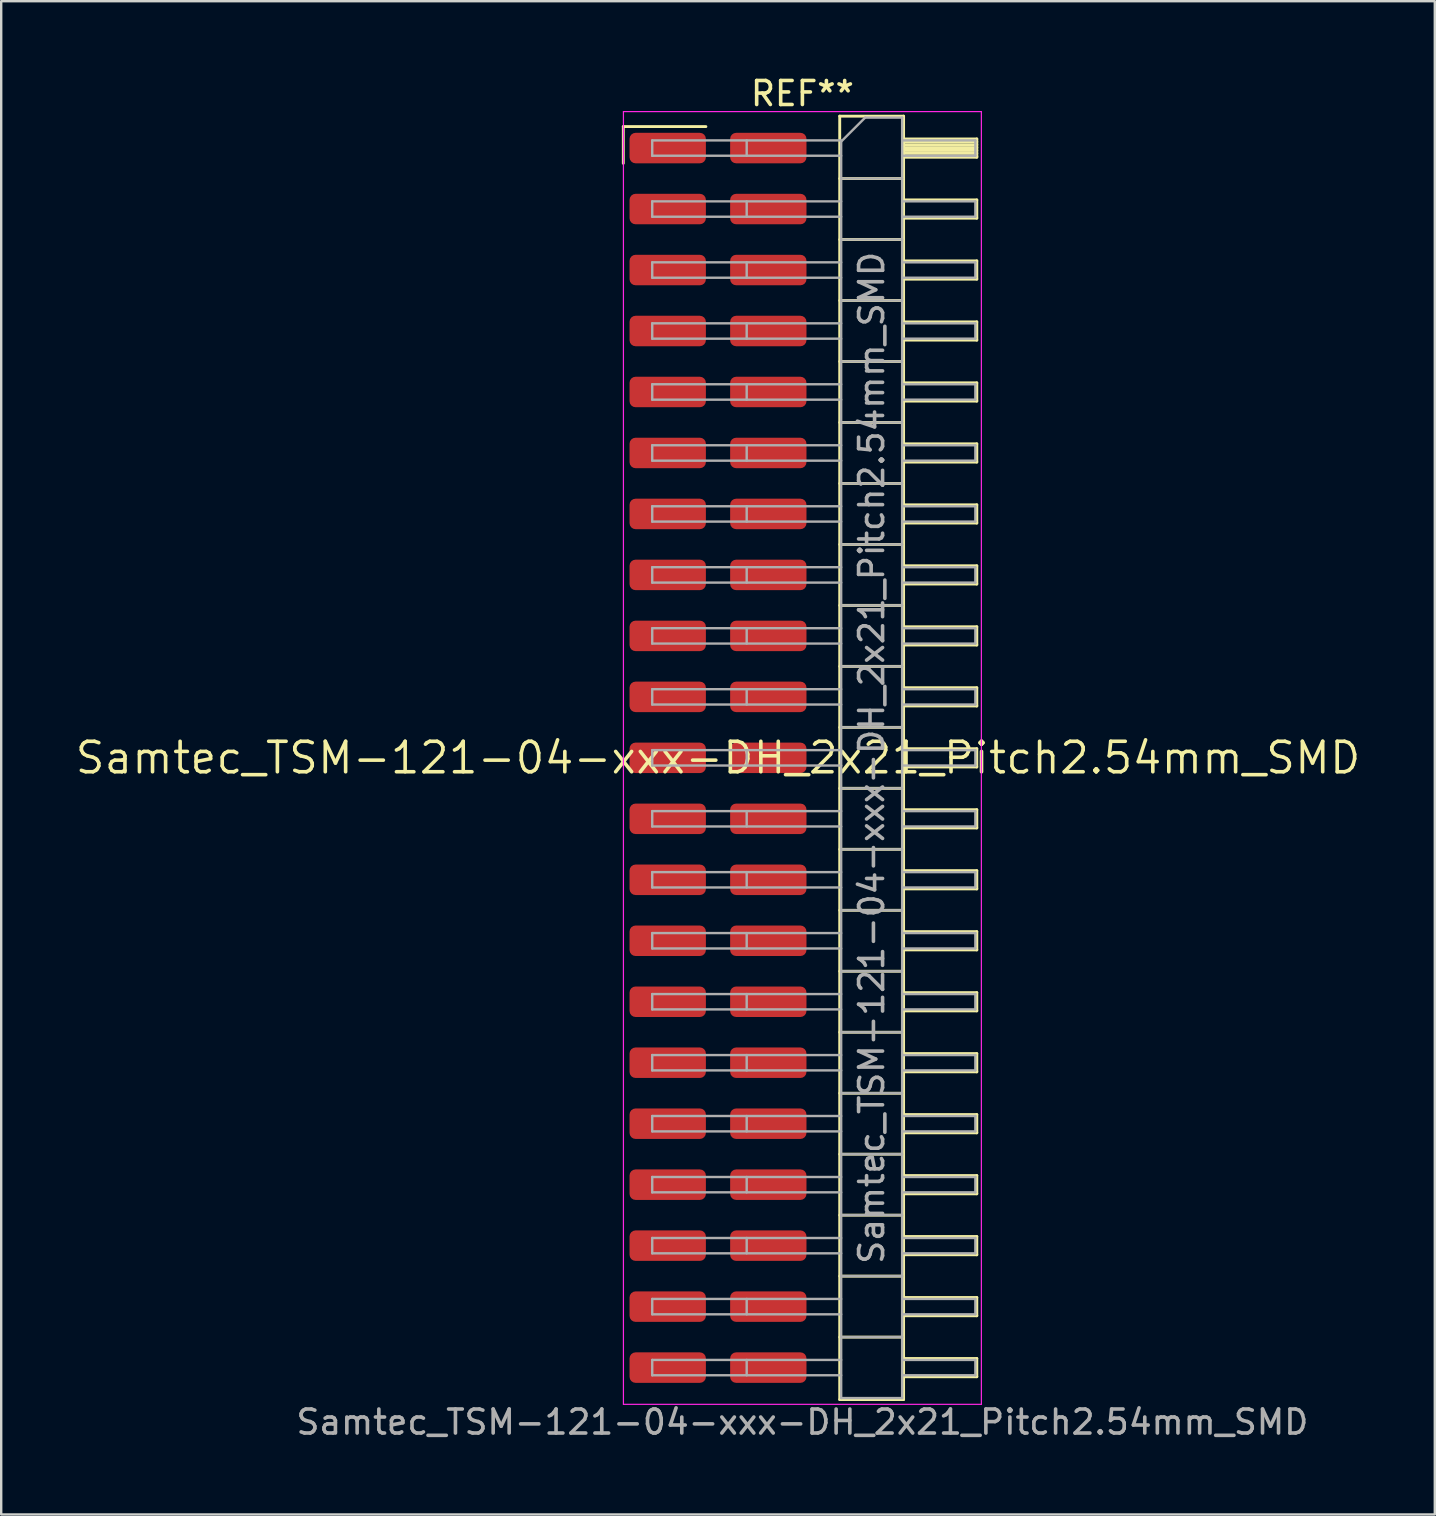
<source format=kicad_pcb>
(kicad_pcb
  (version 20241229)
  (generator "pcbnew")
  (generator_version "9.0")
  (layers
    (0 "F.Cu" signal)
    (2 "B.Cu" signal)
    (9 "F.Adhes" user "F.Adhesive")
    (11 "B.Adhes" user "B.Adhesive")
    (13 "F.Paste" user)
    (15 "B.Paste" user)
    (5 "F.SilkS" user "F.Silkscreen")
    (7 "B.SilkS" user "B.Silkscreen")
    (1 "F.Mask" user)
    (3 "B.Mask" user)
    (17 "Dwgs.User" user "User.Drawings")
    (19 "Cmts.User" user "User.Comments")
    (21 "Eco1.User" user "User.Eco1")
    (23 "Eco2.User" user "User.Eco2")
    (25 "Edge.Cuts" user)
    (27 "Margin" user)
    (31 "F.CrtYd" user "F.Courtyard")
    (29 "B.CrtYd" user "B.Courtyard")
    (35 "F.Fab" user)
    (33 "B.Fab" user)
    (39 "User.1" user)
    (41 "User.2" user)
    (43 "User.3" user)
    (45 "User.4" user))
  (footprint "Samtec_TSM-121-04-xxx-DH_2x21_Pitch2.54mm_SMD"
    (layer "F.Cu")
    (at 26.859 28.518)
    (property "Reference" "Samtec_TSM-121-04-xxx-DH_2x21_Pitch2.54mm_SMD" (at 0 0 0) (layer "F.SilkS") (effects (font (size 1.27 1.27) (thickness 0.15))))
    (attr smd)
    (fp_line (start -3.945 -26.295) (end -0.505 -26.295) (stroke (width 0.12) (type solid)) (layer "F.SilkS"))
    (fp_line (start -3.945 -24.765) (end -3.945 -26.295) (stroke (width 0.12) (type solid)) (layer "F.SilkS"))
    (fp_line (start 5.07 -26.73) (end 7.73 -26.73) (stroke (width 0.12) (type solid)) (layer "F.SilkS"))
    (fp_line (start 5.07 -24.13) (end 7.73 -24.13) (stroke (width 0.12) (type solid)) (layer "F.SilkS"))
    (fp_line (start 5.07 -21.59) (end 7.73 -21.59) (stroke (width 0.12) (type solid)) (layer "F.SilkS"))
    (fp_line (start 5.07 -19.05) (end 7.73 -19.05) (stroke (width 0.12) (type solid)) (layer "F.SilkS"))
    (fp_line (start 5.07 -16.51) (end 7.73 -16.51) (stroke (width 0.12) (type solid)) (layer "F.SilkS"))
    (fp_line (start 5.07 -13.97) (end 7.73 -13.97) (stroke (width 0.12) (type solid)) (layer "F.SilkS"))
    (fp_line (start 5.07 -11.43) (end 7.73 -11.43) (stroke (width 0.12) (type solid)) (layer "F.SilkS"))
    (fp_line (start 5.07 -8.89) (end 7.73 -8.89) (stroke (width 0.12) (type solid)) (layer "F.SilkS"))
    (fp_line (start 5.07 -6.35) (end 7.73 -6.35) (stroke (width 0.12) (type solid)) (layer "F.SilkS"))
    (fp_line (start 5.07 -3.81) (end 7.73 -3.81) (stroke (width 0.12) (type solid)) (layer "F.SilkS"))
    (fp_line (start 5.07 -1.27) (end 7.73 -1.27) (stroke (width 0.12) (type solid)) (layer "F.SilkS"))
    (fp_line (start 5.07 1.27) (end 7.73 1.27) (stroke (width 0.12) (type solid)) (layer "F.SilkS"))
    (fp_line (start 5.07 3.81) (end 7.73 3.81) (stroke (width 0.12) (type solid)) (layer "F.SilkS"))
    (fp_line (start 5.07 6.35) (end 7.73 6.35) (stroke (width 0.12) (type solid)) (layer "F.SilkS"))
    (fp_line (start 5.07 8.89) (end 7.73 8.89) (stroke (width 0.12) (type solid)) (layer "F.SilkS"))
    (fp_line (start 5.07 11.43) (end 7.73 11.43) (stroke (width 0.12) (type solid)) (layer "F.SilkS"))
    (fp_line (start 5.07 13.97) (end 7.73 13.97) (stroke (width 0.12) (type solid)) (layer "F.SilkS"))
    (fp_line (start 5.07 16.51) (end 7.73 16.51) (stroke (width 0.12) (type solid)) (layer "F.SilkS"))
    (fp_line (start 5.07 19.05) (end 7.73 19.05) (stroke (width 0.12) (type solid)) (layer "F.SilkS"))
    (fp_line (start 5.07 21.59) (end 7.73 21.59) (stroke (width 0.12) (type solid)) (layer "F.SilkS"))
    (fp_line (start 5.07 24.13) (end 7.73 24.13) (stroke (width 0.12) (type solid)) (layer "F.SilkS"))
    (fp_line (start 5.07 26.73) (end 5.07 -26.73) (stroke (width 0.12) (type solid)) (layer "F.SilkS"))
    (fp_line (start 7.73 -26.73) (end 7.73 26.73) (stroke (width 0.12) (type solid)) (layer "F.SilkS"))
    (fp_line (start 7.73 -25.78) (end 10.78 -25.78) (stroke (width 0.12) (type solid)) (layer "F.SilkS"))
    (fp_line (start 7.73 -25.66) (end 10.78 -25.66) (stroke (width 0.12) (type solid)) (layer "F.SilkS"))
    (fp_line (start 7.73 -25.54) (end 10.78 -25.54) (stroke (width 0.12) (type solid)) (layer "F.SilkS"))
    (fp_line (start 7.73 -25.42) (end 10.78 -25.42) (stroke (width 0.12) (type solid)) (layer "F.SilkS"))
    (fp_line (start 7.73 -25.3) (end 10.78 -25.3) (stroke (width 0.12) (type solid)) (layer "F.SilkS"))
    (fp_line (start 7.73 -25.18) (end 10.78 -25.18) (stroke (width 0.12) (type solid)) (layer "F.SilkS"))
    (fp_line (start 7.73 -25.06) (end 10.78 -25.06) (stroke (width 0.12) (type solid)) (layer "F.SilkS"))
    (fp_line (start 7.73 -25.02) (end 10.78 -25.02) (stroke (width 0.12) (type solid)) (layer "F.SilkS"))
    (fp_line (start 7.73 -23.24) (end 10.78 -23.24) (stroke (width 0.12) (type solid)) (layer "F.SilkS"))
    (fp_line (start 7.73 -22.48) (end 10.78 -22.48) (stroke (width 0.12) (type solid)) (layer "F.SilkS"))
    (fp_line (start 7.73 -20.7) (end 10.78 -20.7) (stroke (width 0.12) (type solid)) (layer "F.SilkS"))
    (fp_line (start 7.73 -19.94) (end 10.78 -19.94) (stroke (width 0.12) (type solid)) (layer "F.SilkS"))
    (fp_line (start 7.73 -18.16) (end 10.78 -18.16) (stroke (width 0.12) (type solid)) (layer "F.SilkS"))
    (fp_line (start 7.73 -17.4) (end 10.78 -17.4) (stroke (width 0.12) (type solid)) (layer "F.SilkS"))
    (fp_line (start 7.73 -15.62) (end 10.78 -15.62) (stroke (width 0.12) (type solid)) (layer "F.SilkS"))
    (fp_line (start 7.73 -14.86) (end 10.78 -14.86) (stroke (width 0.12) (type solid)) (layer "F.SilkS"))
    (fp_line (start 7.73 -13.08) (end 10.78 -13.08) (stroke (width 0.12) (type solid)) (layer "F.SilkS"))
    (fp_line (start 7.73 -12.32) (end 10.78 -12.32) (stroke (width 0.12) (type solid)) (layer "F.SilkS"))
    (fp_line (start 7.73 -10.54) (end 10.78 -10.54) (stroke (width 0.12) (type solid)) (layer "F.SilkS"))
    (fp_line (start 7.73 -9.78) (end 10.78 -9.78) (stroke (width 0.12) (type solid)) (layer "F.SilkS"))
    (fp_line (start 7.73 -8) (end 10.78 -8) (stroke (width 0.12) (type solid)) (layer "F.SilkS"))
    (fp_line (start 7.73 -7.24) (end 10.78 -7.24) (stroke (width 0.12) (type solid)) (layer "F.SilkS"))
    (fp_line (start 7.73 -5.46) (end 10.78 -5.46) (stroke (width 0.12) (type solid)) (layer "F.SilkS"))
    (fp_line (start 7.73 -4.7) (end 10.78 -4.7) (stroke (width 0.12) (type solid)) (layer "F.SilkS"))
    (fp_line (start 7.73 -2.92) (end 10.78 -2.92) (stroke (width 0.12) (type solid)) (layer "F.SilkS"))
    (fp_line (start 7.73 -2.16) (end 10.78 -2.16) (stroke (width 0.12) (type solid)) (layer "F.SilkS"))
    (fp_line (start 7.73 -0.38) (end 10.78 -0.38) (stroke (width 0.12) (type solid)) (layer "F.SilkS"))
    (fp_line (start 7.73 0.38) (end 10.78 0.38) (stroke (width 0.12) (type solid)) (layer "F.SilkS"))
    (fp_line (start 7.73 2.16) (end 10.78 2.16) (stroke (width 0.12) (type solid)) (layer "F.SilkS"))
    (fp_line (start 7.73 2.92) (end 10.78 2.92) (stroke (width 0.12) (type solid)) (layer "F.SilkS"))
    (fp_line (start 7.73 4.7) (end 10.78 4.7) (stroke (width 0.12) (type solid)) (layer "F.SilkS"))
    (fp_line (start 7.73 5.46) (end 10.78 5.46) (stroke (width 0.12) (type solid)) (layer "F.SilkS"))
    (fp_line (start 7.73 7.24) (end 10.78 7.24) (stroke (width 0.12) (type solid)) (layer "F.SilkS"))
    (fp_line (start 7.73 8) (end 10.78 8) (stroke (width 0.12) (type solid)) (layer "F.SilkS"))
    (fp_line (start 7.73 9.78) (end 10.78 9.78) (stroke (width 0.12) (type solid)) (layer "F.SilkS"))
    (fp_line (start 7.73 10.54) (end 10.78 10.54) (stroke (width 0.12) (type solid)) (layer "F.SilkS"))
    (fp_line (start 7.73 12.32) (end 10.78 12.32) (stroke (width 0.12) (type solid)) (layer "F.SilkS"))
    (fp_line (start 7.73 13.08) (end 10.78 13.08) (stroke (width 0.12) (type solid)) (layer "F.SilkS"))
    (fp_line (start 7.73 14.86) (end 10.78 14.86) (stroke (width 0.12) (type solid)) (layer "F.SilkS"))
    (fp_line (start 7.73 15.62) (end 10.78 15.62) (stroke (width 0.12) (type solid)) (layer "F.SilkS"))
    (fp_line (start 7.73 17.4) (end 10.78 17.4) (stroke (width 0.12) (type solid)) (layer "F.SilkS"))
    (fp_line (start 7.73 18.16) (end 10.78 18.16) (stroke (width 0.12) (type solid)) (layer "F.SilkS"))
    (fp_line (start 7.73 19.94) (end 10.78 19.94) (stroke (width 0.12) (type solid)) (layer "F.SilkS"))
    (fp_line (start 7.73 20.7) (end 10.78 20.7) (stroke (width 0.12) (type solid)) (layer "F.SilkS"))
    (fp_line (start 7.73 22.48) (end 10.78 22.48) (stroke (width 0.12) (type solid)) (layer "F.SilkS"))
    (fp_line (start 7.73 23.24) (end 10.78 23.24) (stroke (width 0.12) (type solid)) (layer "F.SilkS"))
    (fp_line (start 7.73 25.02) (end 10.78 25.02) (stroke (width 0.12) (type solid)) (layer "F.SilkS"))
    (fp_line (start 7.73 25.78) (end 10.78 25.78) (stroke (width 0.12) (type solid)) (layer "F.SilkS"))
    (fp_line (start 7.73 26.73) (end 5.07 26.73) (stroke (width 0.12) (type solid)) (layer "F.SilkS"))
    (fp_line (start 10.78 -25.78) (end 10.78 -25.02) (stroke (width 0.12) (type solid)) (layer "F.SilkS"))
    (fp_line (start 10.78 -23.24) (end 10.78 -22.48) (stroke (width 0.12) (type solid)) (layer "F.SilkS"))
    (fp_line (start 10.78 -20.7) (end 10.78 -19.94) (stroke (width 0.12) (type solid)) (layer "F.SilkS"))
    (fp_line (start 10.78 -18.16) (end 10.78 -17.4) (stroke (width 0.12) (type solid)) (layer "F.SilkS"))
    (fp_line (start 10.78 -15.62) (end 10.78 -14.86) (stroke (width 0.12) (type solid)) (layer "F.SilkS"))
    (fp_line (start 10.78 -13.08) (end 10.78 -12.32) (stroke (width 0.12) (type solid)) (layer "F.SilkS"))
    (fp_line (start 10.78 -10.54) (end 10.78 -9.78) (stroke (width 0.12) (type solid)) (layer "F.SilkS"))
    (fp_line (start 10.78 -8) (end 10.78 -7.24) (stroke (width 0.12) (type solid)) (layer "F.SilkS"))
    (fp_line (start 10.78 -5.46) (end 10.78 -4.7) (stroke (width 0.12) (type solid)) (layer "F.SilkS"))
    (fp_line (start 10.78 -2.92) (end 10.78 -2.16) (stroke (width 0.12) (type solid)) (layer "F.SilkS"))
    (fp_line (start 10.78 -0.38) (end 10.78 0.38) (stroke (width 0.12) (type solid)) (layer "F.SilkS"))
    (fp_line (start 10.78 2.16) (end 10.78 2.92) (stroke (width 0.12) (type solid)) (layer "F.SilkS"))
    (fp_line (start 10.78 4.7) (end 10.78 5.46) (stroke (width 0.12) (type solid)) (layer "F.SilkS"))
    (fp_line (start 10.78 7.24) (end 10.78 8) (stroke (width 0.12) (type solid)) (layer "F.SilkS"))
    (fp_line (start 10.78 9.78) (end 10.78 10.54) (stroke (width 0.12) (type solid)) (layer "F.SilkS"))
    (fp_line (start 10.78 12.32) (end 10.78 13.08) (stroke (width 0.12) (type solid)) (layer "F.SilkS"))
    (fp_line (start 10.78 14.86) (end 10.78 15.62) (stroke (width 0.12) (type solid)) (layer "F.SilkS"))
    (fp_line (start 10.78 17.4) (end 10.78 18.16) (stroke (width 0.12) (type solid)) (layer "F.SilkS"))
    (fp_line (start 10.78 19.94) (end 10.78 20.7) (stroke (width 0.12) (type solid)) (layer "F.SilkS"))
    (fp_line (start 10.78 22.48) (end 10.78 23.24) (stroke (width 0.12) (type solid)) (layer "F.SilkS"))
    (fp_line (start 10.78 25.02) (end 10.78 25.78) (stroke (width 0.12) (type solid)) (layer "F.SilkS"))
    (fp_line (start -3.94 -26.92) (end 10.97 -26.92) (stroke (width 0.05) (type solid)) (layer "F.CrtYd"))
    (fp_line (start -3.94 26.93) (end -3.94 -26.92) (stroke (width 0.05) (type solid)) (layer "F.CrtYd"))
    (fp_line (start 10.97 -26.92) (end 10.97 26.93) (stroke (width 0.05) (type solid)) (layer "F.CrtYd"))
    (fp_line (start 10.97 26.93) (end -3.94 26.93) (stroke (width 0.05) (type solid)) (layer "F.CrtYd"))
    (fp_line (start -2.74 -25.72) (end -2.74 -25.08) (stroke (width 0.1) (type solid)) (layer "F.Fab"))
    (fp_line (start -2.74 -25.72) (end 5.13 -25.72) (stroke (width 0.1) (type solid)) (layer "F.Fab"))
    (fp_line (start -2.74 -25.08) (end 5.13 -25.08) (stroke (width 0.1) (type solid)) (layer "F.Fab"))
    (fp_line (start -2.74 -23.18) (end -2.74 -22.54) (stroke (width 0.1) (type solid)) (layer "F.Fab"))
    (fp_line (start -2.74 -23.18) (end 5.13 -23.18) (stroke (width 0.1) (type solid)) (layer "F.Fab"))
    (fp_line (start -2.74 -22.54) (end 5.13 -22.54) (stroke (width 0.1) (type solid)) (layer "F.Fab"))
    (fp_line (start -2.74 -20.64) (end -2.74 -20) (stroke (width 0.1) (type solid)) (layer "F.Fab"))
    (fp_line (start -2.74 -20.64) (end 5.13 -20.64) (stroke (width 0.1) (type solid)) (layer "F.Fab"))
    (fp_line (start -2.74 -20) (end 5.13 -20) (stroke (width 0.1) (type solid)) (layer "F.Fab"))
    (fp_line (start -2.74 -18.1) (end -2.74 -17.46) (stroke (width 0.1) (type solid)) (layer "F.Fab"))
    (fp_line (start -2.74 -18.1) (end 5.13 -18.1) (stroke (width 0.1) (type solid)) (layer "F.Fab"))
    (fp_line (start -2.74 -17.46) (end 5.13 -17.46) (stroke (width 0.1) (type solid)) (layer "F.Fab"))
    (fp_line (start -2.74 -15.56) (end -2.74 -14.92) (stroke (width 0.1) (type solid)) (layer "F.Fab"))
    (fp_line (start -2.74 -15.56) (end 5.13 -15.56) (stroke (width 0.1) (type solid)) (layer "F.Fab"))
    (fp_line (start -2.74 -14.92) (end 5.13 -14.92) (stroke (width 0.1) (type solid)) (layer "F.Fab"))
    (fp_line (start -2.74 -13.02) (end -2.74 -12.38) (stroke (width 0.1) (type solid)) (layer "F.Fab"))
    (fp_line (start -2.74 -13.02) (end 5.13 -13.02) (stroke (width 0.1) (type solid)) (layer "F.Fab"))
    (fp_line (start -2.74 -12.38) (end 5.13 -12.38) (stroke (width 0.1) (type solid)) (layer "F.Fab"))
    (fp_line (start -2.74 -10.48) (end -2.74 -9.84) (stroke (width 0.1) (type solid)) (layer "F.Fab"))
    (fp_line (start -2.74 -10.48) (end 5.13 -10.48) (stroke (width 0.1) (type solid)) (layer "F.Fab"))
    (fp_line (start -2.74 -9.84) (end 5.13 -9.84) (stroke (width 0.1) (type solid)) (layer "F.Fab"))
    (fp_line (start -2.74 -7.94) (end -2.74 -7.3) (stroke (width 0.1) (type solid)) (layer "F.Fab"))
    (fp_line (start -2.74 -7.94) (end 5.13 -7.94) (stroke (width 0.1) (type solid)) (layer "F.Fab"))
    (fp_line (start -2.74 -7.3) (end 5.13 -7.3) (stroke (width 0.1) (type solid)) (layer "F.Fab"))
    (fp_line (start -2.74 -5.4) (end -2.74 -4.76) (stroke (width 0.1) (type solid)) (layer "F.Fab"))
    (fp_line (start -2.74 -5.4) (end 5.13 -5.4) (stroke (width 0.1) (type solid)) (layer "F.Fab"))
    (fp_line (start -2.74 -4.76) (end 5.13 -4.76) (stroke (width 0.1) (type solid)) (layer "F.Fab"))
    (fp_line (start -2.74 -2.86) (end -2.74 -2.22) (stroke (width 0.1) (type solid)) (layer "F.Fab"))
    (fp_line (start -2.74 -2.86) (end 5.13 -2.86) (stroke (width 0.1) (type solid)) (layer "F.Fab"))
    (fp_line (start -2.74 -2.22) (end 5.13 -2.22) (stroke (width 0.1) (type solid)) (layer "F.Fab"))
    (fp_line (start -2.74 -0.32) (end -2.74 0.32) (stroke (width 0.1) (type solid)) (layer "F.Fab"))
    (fp_line (start -2.74 -0.32) (end 5.13 -0.32) (stroke (width 0.1) (type solid)) (layer "F.Fab"))
    (fp_line (start -2.74 0.32) (end 5.13 0.32) (stroke (width 0.1) (type solid)) (layer "F.Fab"))
    (fp_line (start -2.74 2.22) (end -2.74 2.86) (stroke (width 0.1) (type solid)) (layer "F.Fab"))
    (fp_line (start -2.74 2.22) (end 5.13 2.22) (stroke (width 0.1) (type solid)) (layer "F.Fab"))
    (fp_line (start -2.74 2.86) (end 5.13 2.86) (stroke (width 0.1) (type solid)) (layer "F.Fab"))
    (fp_line (start -2.74 4.76) (end -2.74 5.4) (stroke (width 0.1) (type solid)) (layer "F.Fab"))
    (fp_line (start -2.74 4.76) (end 5.13 4.76) (stroke (width 0.1) (type solid)) (layer "F.Fab"))
    (fp_line (start -2.74 5.4) (end 5.13 5.4) (stroke (width 0.1) (type solid)) (layer "F.Fab"))
    (fp_line (start -2.74 7.3) (end -2.74 7.94) (stroke (width 0.1) (type solid)) (layer "F.Fab"))
    (fp_line (start -2.74 7.3) (end 5.13 7.3) (stroke (width 0.1) (type solid)) (layer "F.Fab"))
    (fp_line (start -2.74 7.94) (end 5.13 7.94) (stroke (width 0.1) (type solid)) (layer "F.Fab"))
    (fp_line (start -2.74 9.84) (end -2.74 10.48) (stroke (width 0.1) (type solid)) (layer "F.Fab"))
    (fp_line (start -2.74 9.84) (end 5.13 9.84) (stroke (width 0.1) (type solid)) (layer "F.Fab"))
    (fp_line (start -2.74 10.48) (end 5.13 10.48) (stroke (width 0.1) (type solid)) (layer "F.Fab"))
    (fp_line (start -2.74 12.38) (end -2.74 13.02) (stroke (width 0.1) (type solid)) (layer "F.Fab"))
    (fp_line (start -2.74 12.38) (end 5.13 12.38) (stroke (width 0.1) (type solid)) (layer "F.Fab"))
    (fp_line (start -2.74 13.02) (end 5.13 13.02) (stroke (width 0.1) (type solid)) (layer "F.Fab"))
    (fp_line (start -2.74 14.92) (end -2.74 15.56) (stroke (width 0.1) (type solid)) (layer "F.Fab"))
    (fp_line (start -2.74 14.92) (end 5.13 14.92) (stroke (width 0.1) (type solid)) (layer "F.Fab"))
    (fp_line (start -2.74 15.56) (end 5.13 15.56) (stroke (width 0.1) (type solid)) (layer "F.Fab"))
    (fp_line (start -2.74 17.46) (end -2.74 18.1) (stroke (width 0.1) (type solid)) (layer "F.Fab"))
    (fp_line (start -2.74 17.46) (end 5.13 17.46) (stroke (width 0.1) (type solid)) (layer "F.Fab"))
    (fp_line (start -2.74 18.1) (end 5.13 18.1) (stroke (width 0.1) (type solid)) (layer "F.Fab"))
    (fp_line (start -2.74 20) (end -2.74 20.64) (stroke (width 0.1) (type solid)) (layer "F.Fab"))
    (fp_line (start -2.74 20) (end 5.13 20) (stroke (width 0.1) (type solid)) (layer "F.Fab"))
    (fp_line (start -2.74 20.64) (end 5.13 20.64) (stroke (width 0.1) (type solid)) (layer "F.Fab"))
    (fp_line (start -2.74 22.54) (end -2.74 23.18) (stroke (width 0.1) (type solid)) (layer "F.Fab"))
    (fp_line (start -2.74 22.54) (end 5.13 22.54) (stroke (width 0.1) (type solid)) (layer "F.Fab"))
    (fp_line (start -2.74 23.18) (end 5.13 23.18) (stroke (width 0.1) (type solid)) (layer "F.Fab"))
    (fp_line (start -2.74 25.08) (end -2.74 25.72) (stroke (width 0.1) (type solid)) (layer "F.Fab"))
    (fp_line (start -2.74 25.08) (end 5.13 25.08) (stroke (width 0.1) (type solid)) (layer "F.Fab"))
    (fp_line (start -2.74 25.72) (end 5.13 25.72) (stroke (width 0.1) (type solid)) (layer "F.Fab"))
    (fp_line (start 1.195 -25.72) (end 1.195 -25.08) (stroke (width 0.1) (type solid)) (layer "F.Fab"))
    (fp_line (start 1.195 -23.18) (end 1.195 -22.54) (stroke (width 0.1) (type solid)) (layer "F.Fab"))
    (fp_line (start 1.195 -20.64) (end 1.195 -20) (stroke (width 0.1) (type solid)) (layer "F.Fab"))
    (fp_line (start 1.195 -18.1) (end 1.195 -17.46) (stroke (width 0.1) (type solid)) (layer "F.Fab"))
    (fp_line (start 1.195 -15.56) (end 1.195 -14.92) (stroke (width 0.1) (type solid)) (layer "F.Fab"))
    (fp_line (start 1.195 -13.02) (end 1.195 -12.38) (stroke (width 0.1) (type solid)) (layer "F.Fab"))
    (fp_line (start 1.195 -10.48) (end 1.195 -9.84) (stroke (width 0.1) (type solid)) (layer "F.Fab"))
    (fp_line (start 1.195 -7.94) (end 1.195 -7.3) (stroke (width 0.1) (type solid)) (layer "F.Fab"))
    (fp_line (start 1.195 -5.4) (end 1.195 -4.76) (stroke (width 0.1) (type solid)) (layer "F.Fab"))
    (fp_line (start 1.195 -2.86) (end 1.195 -2.22) (stroke (width 0.1) (type solid)) (layer "F.Fab"))
    (fp_line (start 1.195 -0.32) (end 1.195 0.32) (stroke (width 0.1) (type solid)) (layer "F.Fab"))
    (fp_line (start 1.195 2.22) (end 1.195 2.86) (stroke (width 0.1) (type solid)) (layer "F.Fab"))
    (fp_line (start 1.195 4.76) (end 1.195 5.4) (stroke (width 0.1) (type solid)) (layer "F.Fab"))
    (fp_line (start 1.195 7.3) (end 1.195 7.94) (stroke (width 0.1) (type solid)) (layer "F.Fab"))
    (fp_line (start 1.195 9.84) (end 1.195 10.48) (stroke (width 0.1) (type solid)) (layer "F.Fab"))
    (fp_line (start 1.195 12.38) (end 1.195 13.02) (stroke (width 0.1) (type solid)) (layer "F.Fab"))
    (fp_line (start 1.195 14.92) (end 1.195 15.56) (stroke (width 0.1) (type solid)) (layer "F.Fab"))
    (fp_line (start 1.195 17.46) (end 1.195 18.1) (stroke (width 0.1) (type solid)) (layer "F.Fab"))
    (fp_line (start 1.195 20) (end 1.195 20.64) (stroke (width 0.1) (type solid)) (layer "F.Fab"))
    (fp_line (start 1.195 22.54) (end 1.195 23.18) (stroke (width 0.1) (type solid)) (layer "F.Fab"))
    (fp_line (start 1.195 25.08) (end 1.195 25.72) (stroke (width 0.1) (type solid)) (layer "F.Fab"))
    (fp_line (start 5.13 -25.67) (end 6.13 -26.67) (stroke (width 0.1) (type solid)) (layer "F.Fab"))
    (fp_line (start 5.13 -24.13) (end 7.67 -24.13) (stroke (width 0.1) (type solid)) (layer "F.Fab"))
    (fp_line (start 5.13 -21.59) (end 7.67 -21.59) (stroke (width 0.1) (type solid)) (layer "F.Fab"))
    (fp_line (start 5.13 -19.05) (end 7.67 -19.05) (stroke (width 0.1) (type solid)) (layer "F.Fab"))
    (fp_line (start 5.13 -16.51) (end 7.67 -16.51) (stroke (width 0.1) (type solid)) (layer "F.Fab"))
    (fp_line (start 5.13 -13.97) (end 7.67 -13.97) (stroke (width 0.1) (type solid)) (layer "F.Fab"))
    (fp_line (start 5.13 -11.43) (end 7.67 -11.43) (stroke (width 0.1) (type solid)) (layer "F.Fab"))
    (fp_line (start 5.13 -8.89) (end 7.67 -8.89) (stroke (width 0.1) (type solid)) (layer "F.Fab"))
    (fp_line (start 5.13 -6.35) (end 7.67 -6.35) (stroke (width 0.1) (type solid)) (layer "F.Fab"))
    (fp_line (start 5.13 -3.81) (end 7.67 -3.81) (stroke (width 0.1) (type solid)) (layer "F.Fab"))
    (fp_line (start 5.13 -1.27) (end 7.67 -1.27) (stroke (width 0.1) (type solid)) (layer "F.Fab"))
    (fp_line (start 5.13 1.27) (end 7.67 1.27) (stroke (width 0.1) (type solid)) (layer "F.Fab"))
    (fp_line (start 5.13 3.81) (end 7.67 3.81) (stroke (width 0.1) (type solid)) (layer "F.Fab"))
    (fp_line (start 5.13 6.35) (end 7.67 6.35) (stroke (width 0.1) (type solid)) (layer "F.Fab"))
    (fp_line (start 5.13 8.89) (end 7.67 8.89) (stroke (width 0.1) (type solid)) (layer "F.Fab"))
    (fp_line (start 5.13 11.43) (end 7.67 11.43) (stroke (width 0.1) (type solid)) (layer "F.Fab"))
    (fp_line (start 5.13 13.97) (end 7.67 13.97) (stroke (width 0.1) (type solid)) (layer "F.Fab"))
    (fp_line (start 5.13 16.51) (end 7.67 16.51) (stroke (width 0.1) (type solid)) (layer "F.Fab"))
    (fp_line (start 5.13 19.05) (end 7.67 19.05) (stroke (width 0.1) (type solid)) (layer "F.Fab"))
    (fp_line (start 5.13 21.59) (end 7.67 21.59) (stroke (width 0.1) (type solid)) (layer "F.Fab"))
    (fp_line (start 5.13 24.13) (end 7.67 24.13) (stroke (width 0.1) (type solid)) (layer "F.Fab"))
    (fp_line (start 5.13 26.67) (end 5.13 -25.67) (stroke (width 0.1) (type solid)) (layer "F.Fab"))
    (fp_line (start 6.13 -26.67) (end 7.67 -26.67) (stroke (width 0.1) (type solid)) (layer "F.Fab"))
    (fp_line (start 7.67 -26.67) (end 7.67 26.67) (stroke (width 0.1) (type solid)) (layer "F.Fab"))
    (fp_line (start 7.67 -25.72) (end 10.72 -25.72) (stroke (width 0.1) (type solid)) (layer "F.Fab"))
    (fp_line (start 7.67 -25.08) (end 10.72 -25.08) (stroke (width 0.1) (type solid)) (layer "F.Fab"))
    (fp_line (start 7.67 -23.18) (end 10.72 -23.18) (stroke (width 0.1) (type solid)) (layer "F.Fab"))
    (fp_line (start 7.67 -22.54) (end 10.72 -22.54) (stroke (width 0.1) (type solid)) (layer "F.Fab"))
    (fp_line (start 7.67 -20.64) (end 10.72 -20.64) (stroke (width 0.1) (type solid)) (layer "F.Fab"))
    (fp_line (start 7.67 -20) (end 10.72 -20) (stroke (width 0.1) (type solid)) (layer "F.Fab"))
    (fp_line (start 7.67 -18.1) (end 10.72 -18.1) (stroke (width 0.1) (type solid)) (layer "F.Fab"))
    (fp_line (start 7.67 -17.46) (end 10.72 -17.46) (stroke (width 0.1) (type solid)) (layer "F.Fab"))
    (fp_line (start 7.67 -15.56) (end 10.72 -15.56) (stroke (width 0.1) (type solid)) (layer "F.Fab"))
    (fp_line (start 7.67 -14.92) (end 10.72 -14.92) (stroke (width 0.1) (type solid)) (layer "F.Fab"))
    (fp_line (start 7.67 -13.02) (end 10.72 -13.02) (stroke (width 0.1) (type solid)) (layer "F.Fab"))
    (fp_line (start 7.67 -12.38) (end 10.72 -12.38) (stroke (width 0.1) (type solid)) (layer "F.Fab"))
    (fp_line (start 7.67 -10.48) (end 10.72 -10.48) (stroke (width 0.1) (type solid)) (layer "F.Fab"))
    (fp_line (start 7.67 -9.84) (end 10.72 -9.84) (stroke (width 0.1) (type solid)) (layer "F.Fab"))
    (fp_line (start 7.67 -7.94) (end 10.72 -7.94) (stroke (width 0.1) (type solid)) (layer "F.Fab"))
    (fp_line (start 7.67 -7.3) (end 10.72 -7.3) (stroke (width 0.1) (type solid)) (layer "F.Fab"))
    (fp_line (start 7.67 -5.4) (end 10.72 -5.4) (stroke (width 0.1) (type solid)) (layer "F.Fab"))
    (fp_line (start 7.67 -4.76) (end 10.72 -4.76) (stroke (width 0.1) (type solid)) (layer "F.Fab"))
    (fp_line (start 7.67 -2.86) (end 10.72 -2.86) (stroke (width 0.1) (type solid)) (layer "F.Fab"))
    (fp_line (start 7.67 -2.22) (end 10.72 -2.22) (stroke (width 0.1) (type solid)) (layer "F.Fab"))
    (fp_line (start 7.67 -0.32) (end 10.72 -0.32) (stroke (width 0.1) (type solid)) (layer "F.Fab"))
    (fp_line (start 7.67 0.32) (end 10.72 0.32) (stroke (width 0.1) (type solid)) (layer "F.Fab"))
    (fp_line (start 7.67 2.22) (end 10.72 2.22) (stroke (width 0.1) (type solid)) (layer "F.Fab"))
    (fp_line (start 7.67 2.86) (end 10.72 2.86) (stroke (width 0.1) (type solid)) (layer "F.Fab"))
    (fp_line (start 7.67 4.76) (end 10.72 4.76) (stroke (width 0.1) (type solid)) (layer "F.Fab"))
    (fp_line (start 7.67 5.4) (end 10.72 5.4) (stroke (width 0.1) (type solid)) (layer "F.Fab"))
    (fp_line (start 7.67 7.3) (end 10.72 7.3) (stroke (width 0.1) (type solid)) (layer "F.Fab"))
    (fp_line (start 7.67 7.94) (end 10.72 7.94) (stroke (width 0.1) (type solid)) (layer "F.Fab"))
    (fp_line (start 7.67 9.84) (end 10.72 9.84) (stroke (width 0.1) (type solid)) (layer "F.Fab"))
    (fp_line (start 7.67 10.48) (end 10.72 10.48) (stroke (width 0.1) (type solid)) (layer "F.Fab"))
    (fp_line (start 7.67 12.38) (end 10.72 12.38) (stroke (width 0.1) (type solid)) (layer "F.Fab"))
    (fp_line (start 7.67 13.02) (end 10.72 13.02) (stroke (width 0.1) (type solid)) (layer "F.Fab"))
    (fp_line (start 7.67 14.92) (end 10.72 14.92) (stroke (width 0.1) (type solid)) (layer "F.Fab"))
    (fp_line (start 7.67 15.56) (end 10.72 15.56) (stroke (width 0.1) (type solid)) (layer "F.Fab"))
    (fp_line (start 7.67 17.46) (end 10.72 17.46) (stroke (width 0.1) (type solid)) (layer "F.Fab"))
    (fp_line (start 7.67 18.1) (end 10.72 18.1) (stroke (width 0.1) (type solid)) (layer "F.Fab"))
    (fp_line (start 7.67 20) (end 10.72 20) (stroke (width 0.1) (type solid)) (layer "F.Fab"))
    (fp_line (start 7.67 20.64) (end 10.72 20.64) (stroke (width 0.1) (type solid)) (layer "F.Fab"))
    (fp_line (start 7.67 22.54) (end 10.72 22.54) (stroke (width 0.1) (type solid)) (layer "F.Fab"))
    (fp_line (start 7.67 23.18) (end 10.72 23.18) (stroke (width 0.1) (type solid)) (layer "F.Fab"))
    (fp_line (start 7.67 25.08) (end 10.72 25.08) (stroke (width 0.1) (type solid)) (layer "F.Fab"))
    (fp_line (start 7.67 25.72) (end 10.72 25.72) (stroke (width 0.1) (type solid)) (layer "F.Fab"))
    (fp_line (start 7.67 26.67) (end 5.13 26.67) (stroke (width 0.1) (type solid)) (layer "F.Fab"))
    (fp_line (start 10.72 -25.72) (end 10.72 -25.08) (stroke (width 0.1) (type solid)) (layer "F.Fab"))
    (fp_line (start 10.72 -23.18) (end 10.72 -22.54) (stroke (width 0.1) (type solid)) (layer "F.Fab"))
    (fp_line (start 10.72 -20.64) (end 10.72 -20) (stroke (width 0.1) (type solid)) (layer "F.Fab"))
    (fp_line (start 10.72 -18.1) (end 10.72 -17.46) (stroke (width 0.1) (type solid)) (layer "F.Fab"))
    (fp_line (start 10.72 -15.56) (end 10.72 -14.92) (stroke (width 0.1) (type solid)) (layer "F.Fab"))
    (fp_line (start 10.72 -13.02) (end 10.72 -12.38) (stroke (width 0.1) (type solid)) (layer "F.Fab"))
    (fp_line (start 10.72 -10.48) (end 10.72 -9.84) (stroke (width 0.1) (type solid)) (layer "F.Fab"))
    (fp_line (start 10.72 -7.94) (end 10.72 -7.3) (stroke (width 0.1) (type solid)) (layer "F.Fab"))
    (fp_line (start 10.72 -5.4) (end 10.72 -4.76) (stroke (width 0.1) (type solid)) (layer "F.Fab"))
    (fp_line (start 10.72 -2.86) (end 10.72 -2.22) (stroke (width 0.1) (type solid)) (layer "F.Fab"))
    (fp_line (start 10.72 -0.32) (end 10.72 0.32) (stroke (width 0.1) (type solid)) (layer "F.Fab"))
    (fp_line (start 10.72 2.22) (end 10.72 2.86) (stroke (width 0.1) (type solid)) (layer "F.Fab"))
    (fp_line (start 10.72 4.76) (end 10.72 5.4) (stroke (width 0.1) (type solid)) (layer "F.Fab"))
    (fp_line (start 10.72 7.3) (end 10.72 7.94) (stroke (width 0.1) (type solid)) (layer "F.Fab"))
    (fp_line (start 10.72 9.84) (end 10.72 10.48) (stroke (width 0.1) (type solid)) (layer "F.Fab"))
    (fp_line (start 10.72 12.38) (end 10.72 13.02) (stroke (width 0.1) (type solid)) (layer "F.Fab"))
    (fp_line (start 10.72 14.92) (end 10.72 15.56) (stroke (width 0.1) (type solid)) (layer "F.Fab"))
    (fp_line (start 10.72 17.46) (end 10.72 18.1) (stroke (width 0.1) (type solid)) (layer "F.Fab"))
    (fp_line (start 10.72 20) (end 10.72 20.64) (stroke (width 0.1) (type solid)) (layer "F.Fab"))
    (fp_line (start 10.72 22.54) (end 10.72 23.18) (stroke (width 0.1) (type solid)) (layer "F.Fab"))
    (fp_line (start 10.72 25.08) (end 10.72 25.72) (stroke (width 0.1) (type solid)) (layer "F.Fab"))
    (fp_text user "REF**" (at 3.515 -27.67 0) (layer "F.SilkS") (effects (font (size 1 1) (thickness 0.15))))
    (fp_text user "${REFERENCE}" (at 6.4 0 90) (layer "F.Fab") (effects (font (size 1 1) (thickness 0.15))))
    (fp_text user "Samtec_TSM-121-04-xxx-DH_2x21_Pitch2.54mm_SMD" (at 3.515 27.67 0) (layer "F.Fab") (effects (font (size 1 1) (thickness 0.15))))
    (pad "1" smd roundrect (at -2.095 -25.4) (size 3.18 1.27) (layers "F.Cu" "F.Mask" "F.Paste") (roundrect_rratio 0.197))
    (pad "2" smd roundrect (at 2.095 -25.4) (size 3.18 1.27) (layers "F.Cu" "F.Mask" "F.Paste") (roundrect_rratio 0.197))
    (pad "3" smd roundrect (at -2.095 -22.86) (size 3.18 1.27) (layers "F.Cu" "F.Mask" "F.Paste") (roundrect_rratio 0.197))
    (pad "4" smd roundrect (at 2.095 -22.86) (size 3.18 1.27) (layers "F.Cu" "F.Mask" "F.Paste") (roundrect_rratio 0.197))
    (pad "5" smd roundrect (at -2.095 -20.32) (size 3.18 1.27) (layers "F.Cu" "F.Mask" "F.Paste") (roundrect_rratio 0.197))
    (pad "6" smd roundrect (at 2.095 -20.32) (size 3.18 1.27) (layers "F.Cu" "F.Mask" "F.Paste") (roundrect_rratio 0.197))
    (pad "7" smd roundrect (at -2.095 -17.78) (size 3.18 1.27) (layers "F.Cu" "F.Mask" "F.Paste") (roundrect_rratio 0.197))
    (pad "8" smd roundrect (at 2.095 -17.78) (size 3.18 1.27) (layers "F.Cu" "F.Mask" "F.Paste") (roundrect_rratio 0.197))
    (pad "9" smd roundrect (at -2.095 -15.24) (size 3.18 1.27) (layers "F.Cu" "F.Mask" "F.Paste") (roundrect_rratio 0.197))
    (pad "10" smd roundrect (at 2.095 -15.24) (size 3.18 1.27) (layers "F.Cu" "F.Mask" "F.Paste") (roundrect_rratio 0.197))
    (pad "11" smd roundrect (at -2.095 -12.7) (size 3.18 1.27) (layers "F.Cu" "F.Mask" "F.Paste") (roundrect_rratio 0.197))
    (pad "12" smd roundrect (at 2.095 -12.7) (size 3.18 1.27) (layers "F.Cu" "F.Mask" "F.Paste") (roundrect_rratio 0.197))
    (pad "13" smd roundrect (at -2.095 -10.16) (size 3.18 1.27) (layers "F.Cu" "F.Mask" "F.Paste") (roundrect_rratio 0.197))
    (pad "14" smd roundrect (at 2.095 -10.16) (size 3.18 1.27) (layers "F.Cu" "F.Mask" "F.Paste") (roundrect_rratio 0.197))
    (pad "15" smd roundrect (at -2.095 -7.62) (size 3.18 1.27) (layers "F.Cu" "F.Mask" "F.Paste") (roundrect_rratio 0.197))
    (pad "16" smd roundrect (at 2.095 -7.62) (size 3.18 1.27) (layers "F.Cu" "F.Mask" "F.Paste") (roundrect_rratio 0.197))
    (pad "17" smd roundrect (at -2.095 -5.08) (size 3.18 1.27) (layers "F.Cu" "F.Mask" "F.Paste") (roundrect_rratio 0.197))
    (pad "18" smd roundrect (at 2.095 -5.08) (size 3.18 1.27) (layers "F.Cu" "F.Mask" "F.Paste") (roundrect_rratio 0.197))
    (pad "19" smd roundrect (at -2.095 -2.54) (size 3.18 1.27) (layers "F.Cu" "F.Mask" "F.Paste") (roundrect_rratio 0.197))
    (pad "20" smd roundrect (at 2.095 -2.54) (size 3.18 1.27) (layers "F.Cu" "F.Mask" "F.Paste") (roundrect_rratio 0.197))
    (pad "21" smd roundrect (at -2.095 0) (size 3.18 1.27) (layers "F.Cu" "F.Mask" "F.Paste") (roundrect_rratio 0.197))
    (pad "22" smd roundrect (at 2.095 0) (size 3.18 1.27) (layers "F.Cu" "F.Mask" "F.Paste") (roundrect_rratio 0.197))
    (pad "23" smd roundrect (at -2.095 2.54) (size 3.18 1.27) (layers "F.Cu" "F.Mask" "F.Paste") (roundrect_rratio 0.197))
    (pad "24" smd roundrect (at 2.095 2.54) (size 3.18 1.27) (layers "F.Cu" "F.Mask" "F.Paste") (roundrect_rratio 0.197))
    (pad "25" smd roundrect (at -2.095 5.08) (size 3.18 1.27) (layers "F.Cu" "F.Mask" "F.Paste") (roundrect_rratio 0.197))
    (pad "26" smd roundrect (at 2.095 5.08) (size 3.18 1.27) (layers "F.Cu" "F.Mask" "F.Paste") (roundrect_rratio 0.197))
    (pad "27" smd roundrect (at -2.095 7.62) (size 3.18 1.27) (layers "F.Cu" "F.Mask" "F.Paste") (roundrect_rratio 0.197))
    (pad "28" smd roundrect (at 2.095 7.62) (size 3.18 1.27) (layers "F.Cu" "F.Mask" "F.Paste") (roundrect_rratio 0.197))
    (pad "29" smd roundrect (at -2.095 10.16) (size 3.18 1.27) (layers "F.Cu" "F.Mask" "F.Paste") (roundrect_rratio 0.197))
    (pad "30" smd roundrect (at 2.095 10.16) (size 3.18 1.27) (layers "F.Cu" "F.Mask" "F.Paste") (roundrect_rratio 0.197))
    (pad "31" smd roundrect (at -2.095 12.7) (size 3.18 1.27) (layers "F.Cu" "F.Mask" "F.Paste") (roundrect_rratio 0.197))
    (pad "32" smd roundrect (at 2.095 12.7) (size 3.18 1.27) (layers "F.Cu" "F.Mask" "F.Paste") (roundrect_rratio 0.197))
    (pad "33" smd roundrect (at -2.095 15.24) (size 3.18 1.27) (layers "F.Cu" "F.Mask" "F.Paste") (roundrect_rratio 0.197))
    (pad "34" smd roundrect (at 2.095 15.24) (size 3.18 1.27) (layers "F.Cu" "F.Mask" "F.Paste") (roundrect_rratio 0.197))
    (pad "35" smd roundrect (at -2.095 17.78) (size 3.18 1.27) (layers "F.Cu" "F.Mask" "F.Paste") (roundrect_rratio 0.197))
    (pad "36" smd roundrect (at 2.095 17.78) (size 3.18 1.27) (layers "F.Cu" "F.Mask" "F.Paste") (roundrect_rratio 0.197))
    (pad "37" smd roundrect (at -2.095 20.32) (size 3.18 1.27) (layers "F.Cu" "F.Mask" "F.Paste") (roundrect_rratio 0.197))
    (pad "38" smd roundrect (at 2.095 20.32) (size 3.18 1.27) (layers "F.Cu" "F.Mask" "F.Paste") (roundrect_rratio 0.197))
    (pad "39" smd roundrect (at -2.095 22.86) (size 3.18 1.27) (layers "F.Cu" "F.Mask" "F.Paste") (roundrect_rratio 0.197))
    (pad "40" smd roundrect (at 2.095 22.86) (size 3.18 1.27) (layers "F.Cu" "F.Mask" "F.Paste") (roundrect_rratio 0.197))
    (pad "41" smd roundrect (at -2.095 25.4) (size 3.18 1.27) (layers "F.Cu" "F.Mask" "F.Paste") (roundrect_rratio 0.197))
    (pad "42" smd roundrect (at 2.095 25.4) (size 3.18 1.27) (layers "F.Cu" "F.Mask" "F.Paste") (roundrect_rratio 0.197)))
  (gr_rect
    (start -3 -3)
    (end 56.717 60.036)
    (stroke (width 0.1) (type default))
    (fill no)
    (layer "Edge.Cuts")))
</source>
